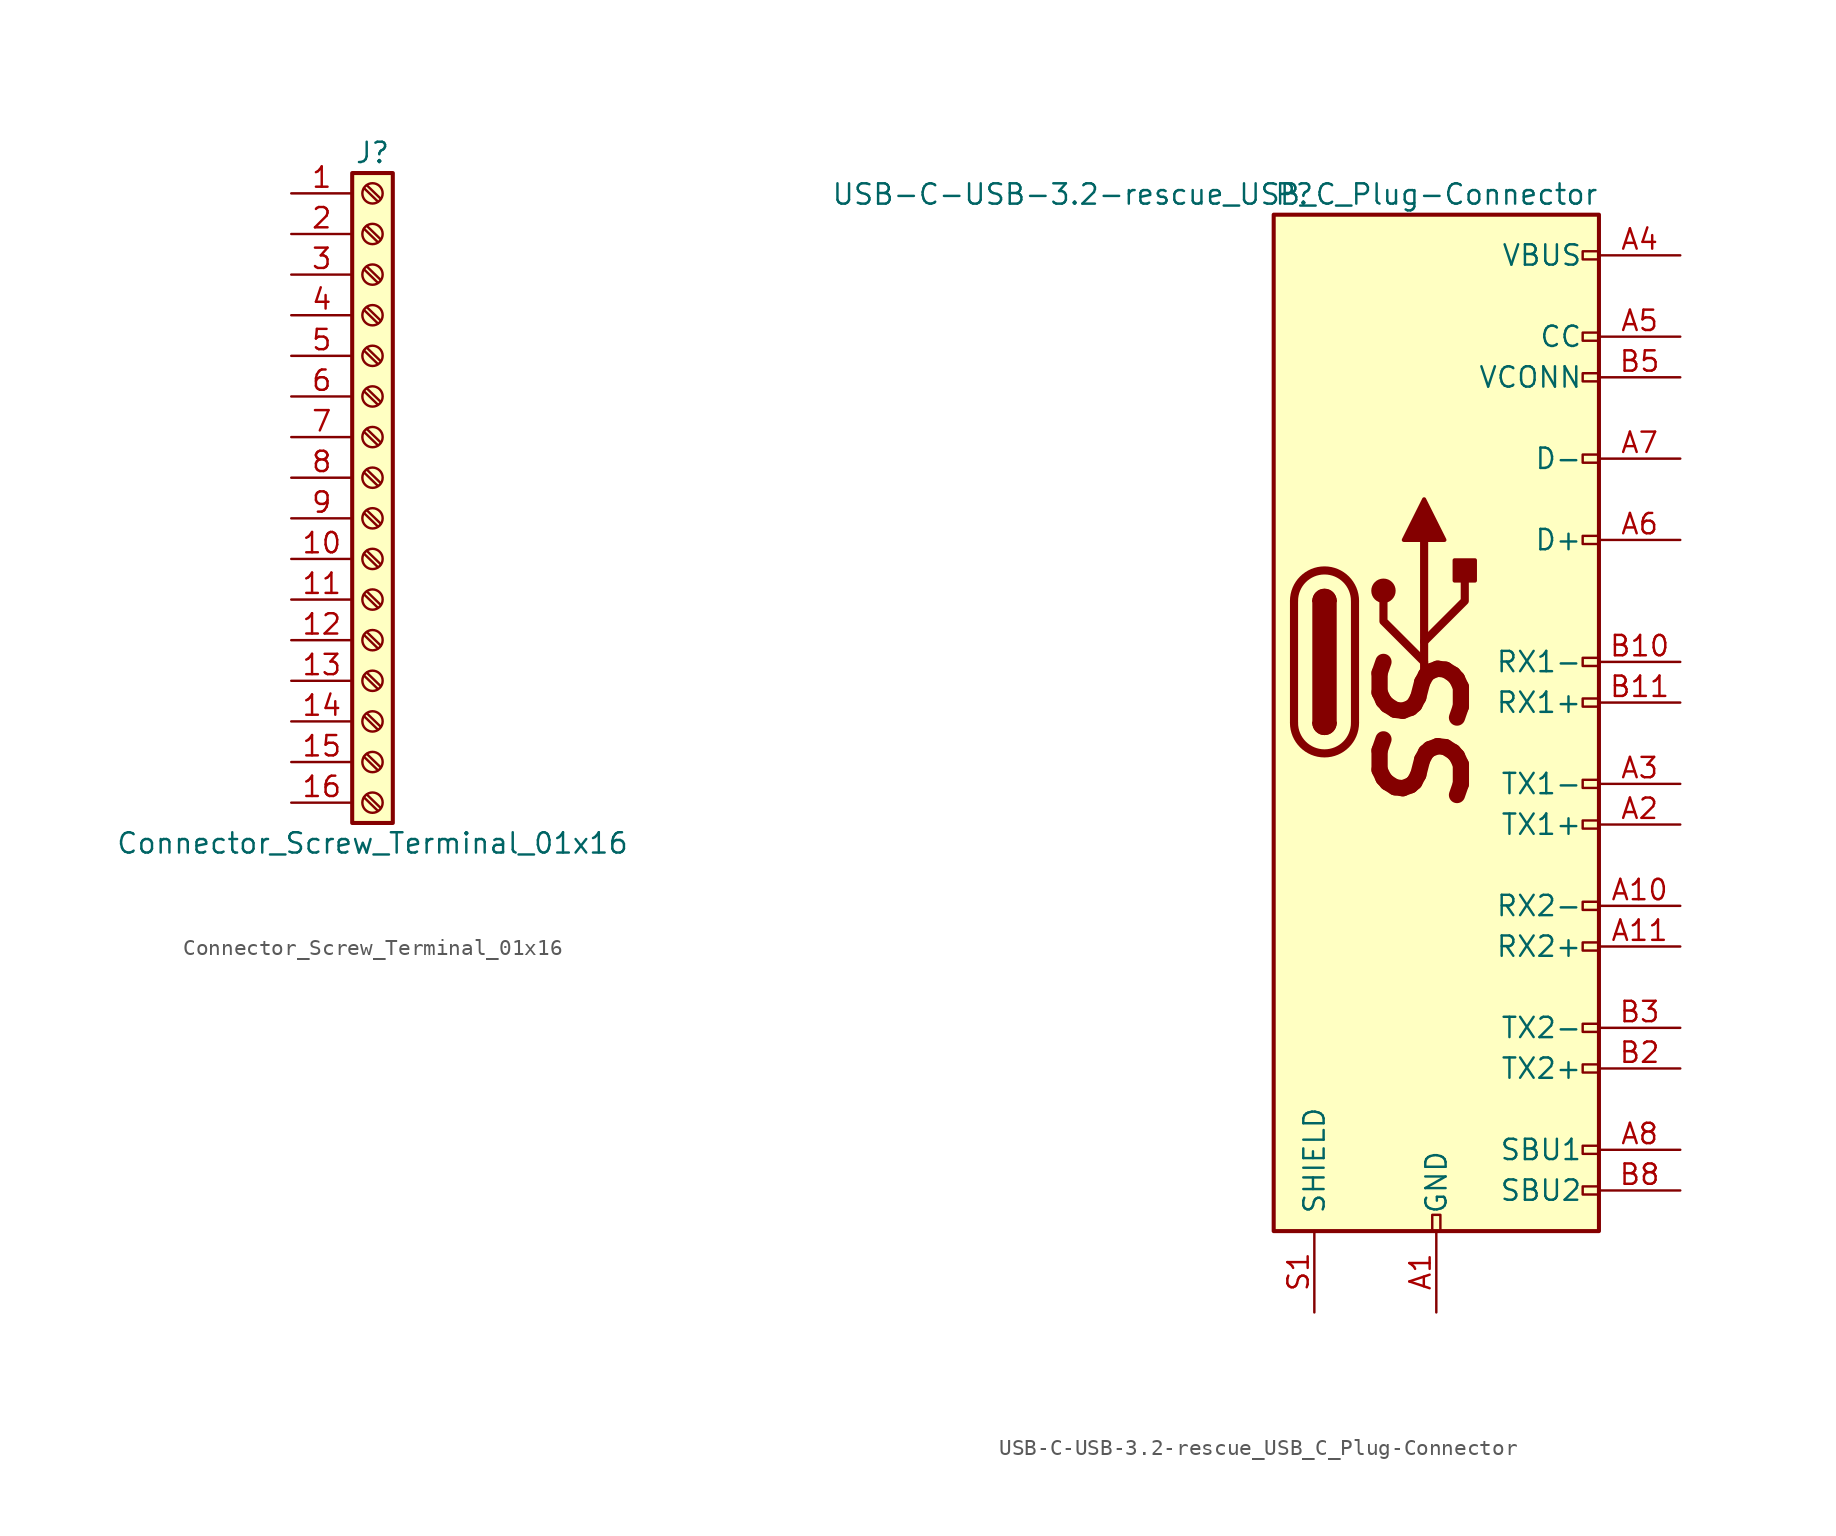
<source format=kicad_sym>
(kicad_symbol_lib
  (version 20241209)
  (generator "kicad_symbol_editor")
  (generator_version "9.0")
  (symbol "Connector_Screw_Terminal_01x16"
    (pin_names
      (offset 1.016)
      (hide yes))
    (property "Reference" "J"
      (at 0 20.32 0)
      (effects (font (size 1.27 1.27))))
    (property "Value" "Connector_Screw_Terminal_01x16"
      (at 0 -22.86 0)
      (effects (font (size 1.27 1.27))))
    (symbol "Connector_Screw_Terminal_01x16_1_1"
      (rectangle (start -1.27 19.05) (end 1.27 -21.59) (stroke (width 0.254) (type solid)) (fill (type background)))
      (polyline (pts (xy -0.533 18.11) (xy 0.33 17.272)) (stroke (width 0.152) (type solid)) (fill (type none)))
      (polyline (pts (xy -0.533 15.57) (xy 0.33 14.732)) (stroke (width 0.152) (type solid)) (fill (type none)))
      (polyline (pts (xy -0.533 13.03) (xy 0.33 12.192)) (stroke (width 0.152) (type solid)) (fill (type none)))
      (polyline (pts (xy -0.533 10.49) (xy 0.33 9.652)) (stroke (width 0.152) (type solid)) (fill (type none)))
      (polyline (pts (xy -0.533 7.95) (xy 0.33 7.112)) (stroke (width 0.152) (type solid)) (fill (type none)))
      (polyline (pts (xy -0.533 5.41) (xy 0.33 4.572)) (stroke (width 0.152) (type solid)) (fill (type none)))
      (polyline (pts (xy -0.533 2.87) (xy 0.33 2.032)) (stroke (width 0.152) (type solid)) (fill (type none)))
      (polyline (pts (xy -0.533 0.33) (xy 0.33 -0.508)) (stroke (width 0.152) (type solid)) (fill (type none)))
      (polyline (pts (xy -0.533 -2.21) (xy 0.33 -3.048)) (stroke (width 0.152) (type solid)) (fill (type none)))
      (polyline (pts (xy -0.533 -4.75) (xy 0.33 -5.588)) (stroke (width 0.152) (type solid)) (fill (type none)))
      (polyline (pts (xy -0.533 -7.29) (xy 0.33 -8.128)) (stroke (width 0.152) (type solid)) (fill (type none)))
      (polyline (pts (xy -0.533 -9.83) (xy 0.33 -10.668)) (stroke (width 0.152) (type solid)) (fill (type none)))
      (polyline (pts (xy -0.533 -12.37) (xy 0.33 -13.208)) (stroke (width 0.152) (type solid)) (fill (type none)))
      (polyline (pts (xy -0.533 -14.91) (xy 0.33 -15.748)) (stroke (width 0.152) (type solid)) (fill (type none)))
      (polyline (pts (xy -0.533 -17.45) (xy 0.33 -18.288)) (stroke (width 0.152) (type solid)) (fill (type none)))
      (polyline (pts (xy -0.533 -19.99) (xy 0.33 -20.828)) (stroke (width 0.152) (type solid)) (fill (type none)))
      (polyline (pts (xy -0.356 18.288) (xy 0.508 17.45)) (stroke (width 0.152) (type solid)) (fill (type none)))
      (polyline (pts (xy -0.356 15.748) (xy 0.508 14.91)) (stroke (width 0.152) (type solid)) (fill (type none)))
      (polyline (pts (xy -0.356 13.208) (xy 0.508 12.37)) (stroke (width 0.152) (type solid)) (fill (type none)))
      (polyline (pts (xy -0.356 10.668) (xy 0.508 9.83)) (stroke (width 0.152) (type solid)) (fill (type none)))
      (polyline (pts (xy -0.356 8.128) (xy 0.508 7.29)) (stroke (width 0.152) (type solid)) (fill (type none)))
      (polyline (pts (xy -0.356 5.588) (xy 0.508 4.75)) (stroke (width 0.152) (type solid)) (fill (type none)))
      (polyline (pts (xy -0.356 3.048) (xy 0.508 2.21)) (stroke (width 0.152) (type solid)) (fill (type none)))
      (polyline (pts (xy -0.356 0.508) (xy 0.508 -0.33)) (stroke (width 0.152) (type solid)) (fill (type none)))
      (polyline (pts (xy -0.356 -2.032) (xy 0.508 -2.87)) (stroke (width 0.152) (type solid)) (fill (type none)))
      (polyline (pts (xy -0.356 -4.572) (xy 0.508 -5.41)) (stroke (width 0.152) (type solid)) (fill (type none)))
      (polyline (pts (xy -0.356 -7.112) (xy 0.508 -7.95)) (stroke (width 0.152) (type solid)) (fill (type none)))
      (polyline (pts (xy -0.356 -9.652) (xy 0.508 -10.49)) (stroke (width 0.152) (type solid)) (fill (type none)))
      (polyline (pts (xy -0.356 -12.192) (xy 0.508 -13.03)) (stroke (width 0.152) (type solid)) (fill (type none)))
      (polyline (pts (xy -0.356 -14.732) (xy 0.508 -15.57)) (stroke (width 0.152) (type solid)) (fill (type none)))
      (polyline (pts (xy -0.356 -17.272) (xy 0.508 -18.11)) (stroke (width 0.152) (type solid)) (fill (type none)))
      (polyline (pts (xy -0.356 -19.812) (xy 0.508 -20.65)) (stroke (width 0.152) (type solid)) (fill (type none)))
      (circle (center 0 17.78) (radius 0.635) (stroke (width 0.152) (type solid)) (fill (type none)))
      (circle (center 0 15.24) (radius 0.635) (stroke (width 0.152) (type solid)) (fill (type none)))
      (circle (center 0 12.7) (radius 0.635) (stroke (width 0.152) (type solid)) (fill (type none)))
      (circle (center 0 10.16) (radius 0.635) (stroke (width 0.152) (type solid)) (fill (type none)))
      (circle (center 0 7.62) (radius 0.635) (stroke (width 0.152) (type solid)) (fill (type none)))
      (circle (center 0 5.08) (radius 0.635) (stroke (width 0.152) (type solid)) (fill (type none)))
      (circle (center 0 2.54) (radius 0.635) (stroke (width 0.152) (type solid)) (fill (type none)))
      (circle (center 0 0) (radius 0.635) (stroke (width 0.152) (type solid)) (fill (type none)))
      (circle (center 0 -2.54) (radius 0.635) (stroke (width 0.152) (type solid)) (fill (type none)))
      (circle (center 0 -5.08) (radius 0.635) (stroke (width 0.152) (type solid)) (fill (type none)))
      (circle (center 0 -7.62) (radius 0.635) (stroke (width 0.152) (type solid)) (fill (type none)))
      (circle (center 0 -10.16) (radius 0.635) (stroke (width 0.152) (type solid)) (fill (type none)))
      (circle (center 0 -12.7) (radius 0.635) (stroke (width 0.152) (type solid)) (fill (type none)))
      (circle (center 0 -15.24) (radius 0.635) (stroke (width 0.152) (type solid)) (fill (type none)))
      (circle (center 0 -17.78) (radius 0.635) (stroke (width 0.152) (type solid)) (fill (type none)))
      (circle (center 0 -20.32) (radius 0.635) (stroke (width 0.152) (type solid)) (fill (type none)))
      (pin passive line (at -5.08 17.78 0) (length 3.81) (name "Pin_1" (effects (font (size 1.27 1.27)))) (number "1" (effects (font (size 1.27 1.27)))))
      (pin passive line (at -5.08 15.24 0) (length 3.81) (name "Pin_2" (effects (font (size 1.27 1.27)))) (number "2" (effects (font (size 1.27 1.27)))))
      (pin passive line (at -5.08 12.7 0) (length 3.81) (name "Pin_3" (effects (font (size 1.27 1.27)))) (number "3" (effects (font (size 1.27 1.27)))))
      (pin passive line (at -5.08 10.16 0) (length 3.81) (name "Pin_4" (effects (font (size 1.27 1.27)))) (number "4" (effects (font (size 1.27 1.27)))))
      (pin passive line (at -5.08 7.62 0) (length 3.81) (name "Pin_5" (effects (font (size 1.27 1.27)))) (number "5" (effects (font (size 1.27 1.27)))))
      (pin passive line (at -5.08 5.08 0) (length 3.81) (name "Pin_6" (effects (font (size 1.27 1.27)))) (number "6" (effects (font (size 1.27 1.27)))))
      (pin passive line (at -5.08 2.54 0) (length 3.81) (name "Pin_7" (effects (font (size 1.27 1.27)))) (number "7" (effects (font (size 1.27 1.27)))))
      (pin passive line (at -5.08 0 0) (length 3.81) (name "Pin_8" (effects (font (size 1.27 1.27)))) (number "8" (effects (font (size 1.27 1.27)))))
      (pin passive line (at -5.08 -2.54 0) (length 3.81) (name "Pin_9" (effects (font (size 1.27 1.27)))) (number "9" (effects (font (size 1.27 1.27)))))
      (pin passive line (at -5.08 -5.08 0) (length 3.81) (name "Pin_10" (effects (font (size 1.27 1.27)))) (number "10" (effects (font (size 1.27 1.27)))))
      (pin passive line (at -5.08 -7.62 0) (length 3.81) (name "Pin_11" (effects (font (size 1.27 1.27)))) (number "11" (effects (font (size 1.27 1.27)))))
      (pin passive line (at -5.08 -10.16 0) (length 3.81) (name "Pin_12" (effects (font (size 1.27 1.27)))) (number "12" (effects (font (size 1.27 1.27)))))
      (pin passive line (at -5.08 -12.7 0) (length 3.81) (name "Pin_13" (effects (font (size 1.27 1.27)))) (number "13" (effects (font (size 1.27 1.27)))))
      (pin passive line (at -5.08 -15.24 0) (length 3.81) (name "Pin_14" (effects (font (size 1.27 1.27)))) (number "14" (effects (font (size 1.27 1.27)))))
      (pin passive line (at -5.08 -17.78 0) (length 3.81) (name "Pin_15" (effects (font (size 1.27 1.27)))) (number "15" (effects (font (size 1.27 1.27)))))
      (pin passive line (at -5.08 -20.32 0) (length 3.81) (name "Pin_16" (effects (font (size 1.27 1.27)))) (number "16" (effects (font (size 1.27 1.27)))))))
  (symbol "USB-C-USB-3.2-rescue_USB_C_Plug-Connector"
    (pin_names
      (offset 1.016))
    (property "Reference" "P"
      (at -10.16 29.21 0)
      (effects (font (size 1.27 1.27)) (justify left)))
    (property "Value" "USB-C-USB-3.2-rescue_USB_C_Plug-Connector"
      (at 10.16 29.21 0)
      (effects (font (size 1.27 1.27)) (justify right)))
    (symbol "USB-C-USB-3.2-rescue_USB_C_Plug-Connector_0_0"
      (rectangle (start -0.254 -35.56) (end 0.254 -34.544) (stroke (width 0) (type solid)) (fill (type none)))
      (rectangle (start 10.16 25.654) (end 9.144 25.146) (stroke (width 0) (type solid)) (fill (type none)))
      (rectangle (start 10.16 20.574) (end 9.144 20.066) (stroke (width 0) (type solid)) (fill (type none)))
      (rectangle (start 10.16 18.034) (end 9.144 17.526) (stroke (width 0) (type solid)) (fill (type none)))
      (rectangle (start 10.16 12.954) (end 9.144 12.446) (stroke (width 0) (type solid)) (fill (type none)))
      (rectangle (start 10.16 7.874) (end 9.144 7.366) (stroke (width 0) (type solid)) (fill (type none)))
      (rectangle (start 10.16 0.254) (end 9.144 -0.254) (stroke (width 0) (type solid)) (fill (type none)))
      (rectangle (start 10.16 -2.286) (end 9.144 -2.794) (stroke (width 0) (type solid)) (fill (type none)))
      (rectangle (start 10.16 -7.366) (end 9.144 -7.874) (stroke (width 0) (type solid)) (fill (type none)))
      (rectangle (start 10.16 -9.906) (end 9.144 -10.414) (stroke (width 0) (type solid)) (fill (type none)))
      (rectangle (start 10.16 -14.986) (end 9.144 -15.494) (stroke (width 0) (type solid)) (fill (type none)))
      (rectangle (start 10.16 -17.526) (end 9.144 -18.034) (stroke (width 0) (type solid)) (fill (type none)))
      (rectangle (start 10.16 -22.606) (end 9.144 -23.114) (stroke (width 0) (type solid)) (fill (type none)))
      (rectangle (start 10.16 -25.146) (end 9.144 -25.654) (stroke (width 0) (type solid)) (fill (type none)))
      (rectangle (start 10.16 -30.226) (end 9.144 -30.734) (stroke (width 0) (type solid)) (fill (type none)))
      (rectangle (start 10.16 -32.766) (end 9.144 -33.274) (stroke (width 0) (type solid)) (fill (type none)))
      (text "SS" (at -0.762 -4.445 900) (effects (font (size 5.08 5.08) (bold yes) (italic yes)))))
    (symbol "USB-C-USB-3.2-rescue_USB_C_Plug-Connector_0_1"
      (rectangle (start -10.16 27.94) (end 10.16 -35.56) (stroke (width 0.254) (type solid)) (fill (type background)))
      (polyline (pts (xy -8.89 -3.81) (xy -8.89 3.81)) (stroke (width 0.508) (type solid)) (fill (type none)))
      (rectangle (start -7.62 -3.81) (end -6.35 3.81) (stroke (width 0.254) (type solid)) (fill (type outline)))
      (arc (start -8.89 3.81) (mid -6.985 5.715) (end -5.08 3.81) (stroke (width 0.508) (type solid)) (fill (type none)))
      (arc (start -7.62 3.81) (mid -6.985 4.445) (end -6.35 3.81) (stroke (width 0.254) (type solid)) (fill (type none)))
      (arc (start -7.62 3.81) (mid -6.985 4.445) (end -6.35 3.81) (stroke (width 0.254) (type solid)) (fill (type outline)))
      (arc (start -6.35 -3.81) (mid -6.985 -4.445) (end -7.62 -3.81) (stroke (width 0.254) (type solid)) (fill (type none)))
      (arc (start -6.35 -3.81) (mid -6.985 -4.445) (end -7.62 -3.81) (stroke (width 0.254) (type solid)) (fill (type outline)))
      (arc (start -5.08 -3.81) (mid -6.985 -5.715) (end -8.89 -3.81) (stroke (width 0.508) (type solid)) (fill (type none)))
      (polyline (pts (xy -5.08 3.81) (xy -5.08 -3.81)) (stroke (width 0.508) (type solid)) (fill (type none)))
      (circle (center -3.302 4.445) (radius 0.635) (stroke (width 0.254) (type solid)) (fill (type outline)))
      (polyline (pts (xy -2.032 7.62) (xy -0.762 10.16) (xy 0.508 7.62) (xy -2.032 7.62)) (stroke (width 0.254) (type solid)) (fill (type outline)))
      (polyline (pts (xy -0.762 1.27) (xy 1.778 3.81) (xy 1.778 5.08)) (stroke (width 0.508) (type solid)) (fill (type none)))
      (polyline (pts (xy -0.762 0) (xy -3.302 2.54) (xy -3.302 3.81)) (stroke (width 0.508) (type solid)) (fill (type none)))
      (polyline (pts (xy -0.762 -1.27) (xy -0.762 7.62)) (stroke (width 0.508) (type solid)) (fill (type none)))
      (rectangle (start 1.143 5.08) (end 2.413 6.35) (stroke (width 0.254) (type solid)) (fill (type outline))))
    (symbol "USB-C-USB-3.2-rescue_USB_C_Plug-Connector_1_1"
      (pin passive line (at -7.62 -40.64 90) (length 5.08) (name "SHIELD" (effects (font (size 1.27 1.27)))) (number "S1" (effects (font (size 1.27 1.27)))))
      (pin power_in line (at 0 -40.64 90) (length 5.08) (name "GND" (effects (font (size 1.27 1.27)))) (number "A1" (effects (font (size 1.27 1.27)))))
      (pin power_in line (at 0 -40.64 90) (length 5.08) (hide yes) (name "GND" (effects (font (size 1.27 1.27)))) (number "A12" (effects (font (size 1.27 1.27)))))
      (pin power_in line (at 0 -40.64 90) (length 5.08) (hide yes) (name "GND" (effects (font (size 1.27 1.27)))) (number "B1" (effects (font (size 1.27 1.27)))))
      (pin power_in line (at 0 -40.64 90) (length 5.08) (hide yes) (name "GND" (effects (font (size 1.27 1.27)))) (number "B12" (effects (font (size 1.27 1.27)))))
      (pin power_in line (at 15.24 25.4 180) (length 5.08) (name "VBUS" (effects (font (size 1.27 1.27)))) (number "A4" (effects (font (size 1.27 1.27)))))
      (pin power_in line (at 15.24 25.4 180) (length 5.08) (hide yes) (name "VBUS" (effects (font (size 1.27 1.27)))) (number "A9" (effects (font (size 1.27 1.27)))))
      (pin power_in line (at 15.24 25.4 180) (length 5.08) (hide yes) (name "VBUS" (effects (font (size 1.27 1.27)))) (number "B4" (effects (font (size 1.27 1.27)))))
      (pin power_in line (at 15.24 25.4 180) (length 5.08) (hide yes) (name "VBUS" (effects (font (size 1.27 1.27)))) (number "B9" (effects (font (size 1.27 1.27)))))
      (pin bidirectional line (at 15.24 20.32 180) (length 5.08) (name "CC" (effects (font (size 1.27 1.27)))) (number "A5" (effects (font (size 1.27 1.27)))))
      (pin bidirectional line (at 15.24 17.78 180) (length 5.08) (name "VCONN" (effects (font (size 1.27 1.27)))) (number "B5" (effects (font (size 1.27 1.27)))))
      (pin bidirectional line (at 15.24 12.7 180) (length 5.08) (name "D-" (effects (font (size 1.27 1.27)))) (number "A7" (effects (font (size 1.27 1.27)))))
      (pin bidirectional line (at 15.24 7.62 180) (length 5.08) (name "D+" (effects (font (size 1.27 1.27)))) (number "A6" (effects (font (size 1.27 1.27)))))
      (pin bidirectional line (at 15.24 0 180) (length 5.08) (name "RX1-" (effects (font (size 1.27 1.27)))) (number "B10" (effects (font (size 1.27 1.27)))))
      (pin bidirectional line (at 15.24 -2.54 180) (length 5.08) (name "RX1+" (effects (font (size 1.27 1.27)))) (number "B11" (effects (font (size 1.27 1.27)))))
      (pin bidirectional line (at 15.24 -7.62 180) (length 5.08) (name "TX1-" (effects (font (size 1.27 1.27)))) (number "A3" (effects (font (size 1.27 1.27)))))
      (pin bidirectional line (at 15.24 -10.16 180) (length 5.08) (name "TX1+" (effects (font (size 1.27 1.27)))) (number "A2" (effects (font (size 1.27 1.27)))))
      (pin bidirectional line (at 15.24 -15.24 180) (length 5.08) (name "RX2-" (effects (font (size 1.27 1.27)))) (number "A10" (effects (font (size 1.27 1.27)))))
      (pin bidirectional line (at 15.24 -17.78 180) (length 5.08) (name "RX2+" (effects (font (size 1.27 1.27)))) (number "A11" (effects (font (size 1.27 1.27)))))
      (pin bidirectional line (at 15.24 -22.86 180) (length 5.08) (name "TX2-" (effects (font (size 1.27 1.27)))) (number "B3" (effects (font (size 1.27 1.27)))))
      (pin bidirectional line (at 15.24 -25.4 180) (length 5.08) (name "TX2+" (effects (font (size 1.27 1.27)))) (number "B2" (effects (font (size 1.27 1.27)))))
      (pin bidirectional line (at 15.24 -30.48 180) (length 5.08) (name "SBU1" (effects (font (size 1.27 1.27)))) (number "A8" (effects (font (size 1.27 1.27)))))
      (pin bidirectional line (at 15.24 -33.02 180) (length 5.08) (name "SBU2" (effects (font (size 1.27 1.27)))) (number "B8" (effects (font (size 1.27 1.27))))))))
</source>
